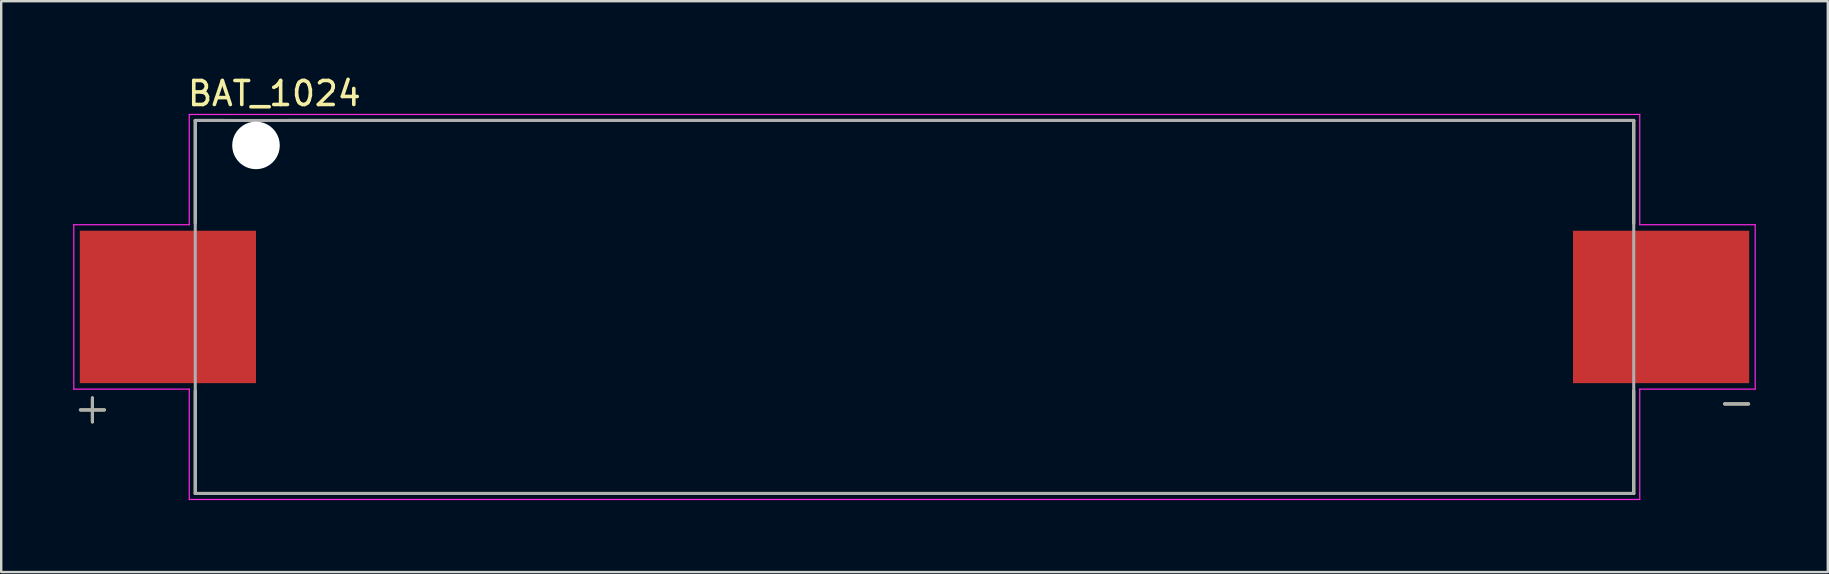
<source format=kicad_pcb>
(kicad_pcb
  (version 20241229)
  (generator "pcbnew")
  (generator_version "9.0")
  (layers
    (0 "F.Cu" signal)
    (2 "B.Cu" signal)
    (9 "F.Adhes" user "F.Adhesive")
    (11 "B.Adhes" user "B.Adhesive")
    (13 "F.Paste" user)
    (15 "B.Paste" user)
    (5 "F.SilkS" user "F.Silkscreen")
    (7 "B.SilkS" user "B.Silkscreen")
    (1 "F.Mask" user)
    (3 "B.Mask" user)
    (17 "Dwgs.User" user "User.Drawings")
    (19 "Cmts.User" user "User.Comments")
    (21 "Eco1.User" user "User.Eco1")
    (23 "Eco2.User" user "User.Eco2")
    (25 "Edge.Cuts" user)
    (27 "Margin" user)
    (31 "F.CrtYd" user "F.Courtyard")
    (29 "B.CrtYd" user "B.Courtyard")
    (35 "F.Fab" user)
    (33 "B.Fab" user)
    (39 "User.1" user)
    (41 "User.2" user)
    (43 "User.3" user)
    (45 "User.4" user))
  (footprint "BAT_1024"
    (layer "F.Cu")
    (at 35.05 9.738)
    (property "Reference" "BAT_1024" (at -26.67 -8.89 0) (layer "F.SilkS") (effects (font (size 1 1) (thickness 0.15))))
    (attr smd)
    (fp_line (start -34.75 4.29) (end -33.75 4.29) (stroke (width 0.127) (type solid)) (layer "F.SilkS"))
    (fp_line (start -34.25 3.79) (end -34.25 4.79) (stroke (width 0.127) (type solid)) (layer "F.SilkS"))
    (fp_line (start -29.965 -7.77) (end -28.75 -7.77) (stroke (width 0.127) (type solid)) (layer "F.SilkS"))
    (fp_line (start -29.965 -3.49) (end -29.965 -7.77) (stroke (width 0.127) (type solid)) (layer "F.SilkS"))
    (fp_line (start -29.965 7.77) (end -29.965 3.49) (stroke (width 0.127) (type solid)) (layer "F.SilkS"))
    (fp_line (start -26.12 -7.77) (end 29.965 -7.77) (stroke (width 0.127) (type solid)) (layer "F.SilkS"))
    (fp_line (start 29.965 -7.77) (end 29.965 -3.49) (stroke (width 0.127) (type solid)) (layer "F.SilkS"))
    (fp_line (start 29.965 3.49) (end 29.965 7.77) (stroke (width 0.127) (type solid)) (layer "F.SilkS"))
    (fp_line (start 29.965 7.77) (end -29.965 7.77) (stroke (width 0.127) (type solid)) (layer "F.SilkS"))
    (fp_line (start 33.75 4.04) (end 34.75 4.04) (stroke (width 0.127) (type solid)) (layer "F.SilkS"))
    (fp_line (start -35.025 -3.425) (end -35.025 3.425) (stroke (width 0.05) (type solid)) (layer "F.CrtYd"))
    (fp_line (start -35.025 -3.425) (end -30.215 -3.425) (stroke (width 0.05) (type solid)) (layer "F.CrtYd"))
    (fp_line (start -35.025 3.425) (end -30.215 3.425) (stroke (width 0.05) (type solid)) (layer "F.CrtYd"))
    (fp_line (start -30.215 -3.425) (end -30.215 -8.02) (stroke (width 0.05) (type solid)) (layer "F.CrtYd"))
    (fp_line (start -30.215 3.425) (end -30.215 8.02) (stroke (width 0.05) (type solid)) (layer "F.CrtYd"))
    (fp_line (start -30.215 8.02) (end 30.215 8.02) (stroke (width 0.05) (type solid)) (layer "F.CrtYd"))
    (fp_line (start 30.215 -8.02) (end -30.215 -8.02) (stroke (width 0.05) (type solid)) (layer "F.CrtYd"))
    (fp_line (start 30.215 -8.02) (end 30.215 -3.425) (stroke (width 0.05) (type solid)) (layer "F.CrtYd"))
    (fp_line (start 30.215 -3.425) (end 35.025 -3.425) (stroke (width 0.05) (type solid)) (layer "F.CrtYd"))
    (fp_line (start 30.215 3.425) (end 30.215 8.02) (stroke (width 0.05) (type solid)) (layer "F.CrtYd"))
    (fp_line (start 30.215 3.425) (end 35.025 3.425) (stroke (width 0.05) (type solid)) (layer "F.CrtYd"))
    (fp_line (start 35.025 3.425) (end 35.025 -3.425) (stroke (width 0.05) (type solid)) (layer "F.CrtYd"))
    (fp_line (start -34.75 4.29) (end -33.75 4.29) (stroke (width 0.127) (type solid)) (layer "F.Fab"))
    (fp_line (start -34.25 3.79) (end -34.25 4.79) (stroke (width 0.127) (type solid)) (layer "F.Fab"))
    (fp_line (start -29.965 -7.77) (end 29.965 -7.77) (stroke (width 0.127) (type solid)) (layer "F.Fab"))
    (fp_line (start -29.965 7.77) (end -29.965 -7.77) (stroke (width 0.127) (type solid)) (layer "F.Fab"))
    (fp_line (start 29.965 -7.77) (end 29.965 7.77) (stroke (width 0.127) (type solid)) (layer "F.Fab"))
    (fp_line (start 29.965 7.77) (end -29.965 7.77) (stroke (width 0.127) (type solid)) (layer "F.Fab"))
    (fp_line (start 33.75 4.04) (end 34.75 4.04) (stroke (width 0.127) (type solid)) (layer "F.Fab"))
    (pad "" np_thru_hole circle (at -27.435 -6.73) (size 1.98 1.98) (drill 1.98) (layers "*.Cu" "*.Mask"))
    (pad "N" smd rect (at 31.105 0) (size 7.34 6.35) (layers "F.Cu" "F.Mask" "F.Paste"))
    (pad "P" smd rect (at -31.105 0) (size 7.34 6.35) (layers "F.Cu" "F.Mask" "F.Paste")))
  (gr_rect
    (start -3 -3)
    (end 73.1 20.783)
    (stroke (width 0.1) (type default))
    (fill no)
    (layer "Edge.Cuts")))
</source>
